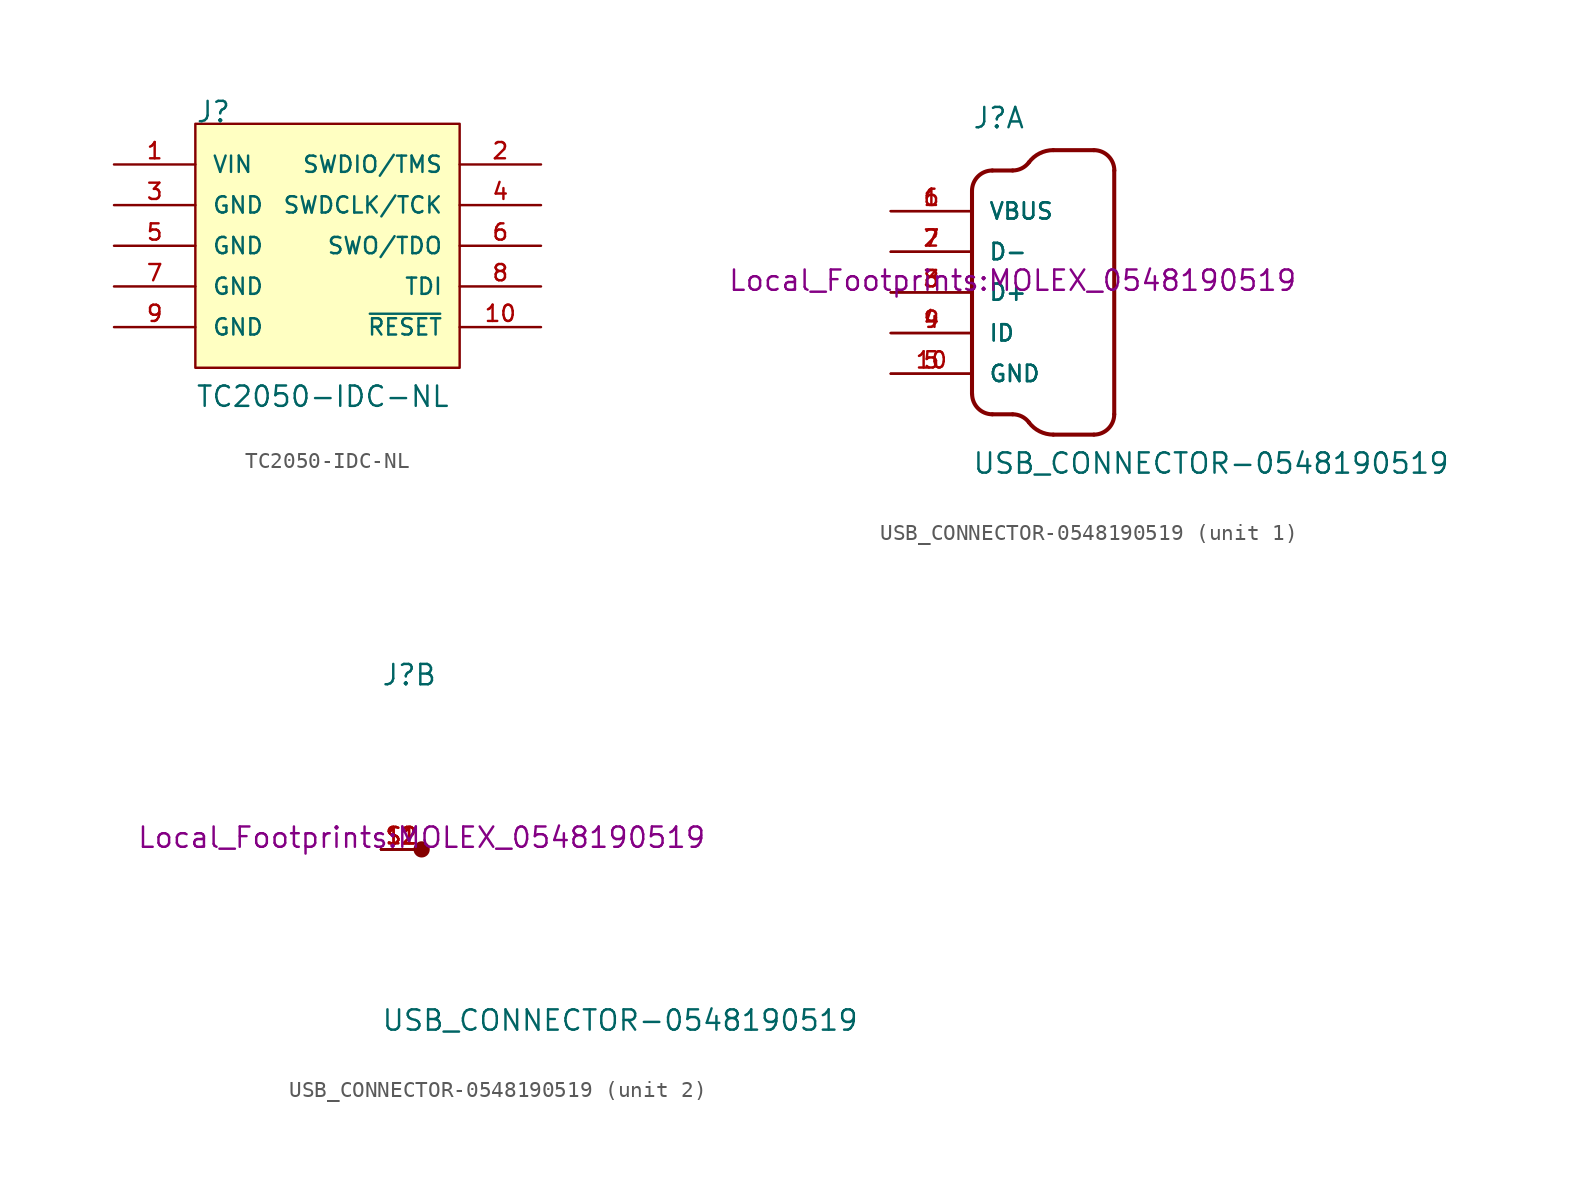
<source format=kicad_sym>
(kicad_symbol_lib
  (version 20231120)
  (generator "kicad_symbol_editor")
  (generator_version "8.0")
  (symbol "TC2050-IDC-NL"
    (pin_names
      (offset 1.016))
    (property "Reference" "J"
      (at -8.89 7.62 0)
      (effects (font (size 1.27 1.27)) (justify left bottom)))
    (property "Value" "TC2050-IDC-NL"
      (at -8.89 -10.16 0)
      (effects (font (size 1.27 1.27)) (justify left bottom)))
    (symbol "TC2050-IDC-NL_0_0"
      (rectangle (start -8.89 7.62) (end 7.62 -7.62) (stroke (width 0.152) (type solid)) (fill (type background))))
    (symbol "TC2050-IDC-NL_1_0"
      (pin power_in line (at -13.97 5.08 0) (length 5.08) (name "VIN" (effects (font (size 1.016 1.016)))) (number "1" (effects (font (size 1.016 1.016)))))
      (pin output line (at 12.7 -5.08 180) (length 5.08) (name "~{RESET}" (effects (font (size 1.016 1.016)))) (number "10" (effects (font (size 1.016 1.016)))))
      (pin output line (at 12.7 5.08 180) (length 5.08) (name "SWDIO/TMS" (effects (font (size 1.016 1.016)))) (number "2" (effects (font (size 1.016 1.016)))))
      (pin power_in line (at -13.97 2.54 0) (length 5.08) (name "GND" (effects (font (size 1.016 1.016)))) (number "3" (effects (font (size 1.016 1.016)))))
      (pin output line (at 12.7 2.54 180) (length 5.08) (name "SWDCLK/TCK" (effects (font (size 1.016 1.016)))) (number "4" (effects (font (size 1.016 1.016)))))
      (pin power_in line (at -13.97 0 0) (length 5.08) (name "GND" (effects (font (size 1.016 1.016)))) (number "5" (effects (font (size 1.016 1.016)))))
      (pin output line (at 12.7 0 180) (length 5.08) (name "SWO/TDO" (effects (font (size 1.016 1.016)))) (number "6" (effects (font (size 1.016 1.016)))))
      (pin power_in line (at -13.97 -2.54 0) (length 5.08) (name "GND" (effects (font (size 1.016 1.016)))) (number "7" (effects (font (size 1.016 1.016)))))
      (pin input line (at 12.7 -2.54 180) (length 5.08) (name "TDI" (effects (font (size 1.016 1.016)))) (number "8" (effects (font (size 1.016 1.016)))))
      (pin power_in line (at -13.97 -5.08 0) (length 5.08) (name "GND" (effects (font (size 1.016 1.016)))) (number "9" (effects (font (size 1.016 1.016)))))))
  (symbol "USB_CONNECTOR-0548190519"
    (pin_names
      (offset 1.016))
    (property "Reference" "J"
      (at -2.54 10.16 0)
      (effects (font (size 1.27 1.27)) (justify left bottom)))
    (property "Value" "USB_CONNECTOR-0548190519"
      (at -2.54 -11.43 0)
      (effects (font (size 1.27 1.27)) (justify left bottom)))
    (property "Footprint" "Local_Footprints:MOLEX_0548190519"
      (at 0 0 0)
      (effects (font (size 1.27 1.27)) (justify bottom)))
    (symbol "USB_CONNECTOR-0548190519_1_0"
      (arc (start -2.54 -6.35) (mid -2.168 -7.248) (end -1.27 -7.62) (stroke (width 0.254) (type default)) (fill (type none)))
      (arc (start -1.27 7.62) (mid -2.168 7.248) (end -2.54 6.35) (stroke (width 0.254) (type default)) (fill (type none)))
      (polyline (pts (xy -2.54 6.35) (xy -2.54 -6.35)) (stroke (width 0.254) (type default)) (fill (type none)))
      (polyline (pts (xy -1.27 -7.62) (xy 0 -7.62)) (stroke (width 0.254) (type default)) (fill (type none)))
      (polyline (pts (xy -1.27 7.62) (xy 0 7.62)) (stroke (width 0.254) (type default)) (fill (type none)))
      (polyline (pts (xy 2.54 -8.89) (xy 5.08 -8.89)) (stroke (width 0.254) (type default)) (fill (type none)))
      (polyline (pts (xy 2.54 8.89) (xy 5.08 8.89)) (stroke (width 0.254) (type default)) (fill (type none)))
      (polyline (pts (xy 6.35 -7.62) (xy 6.35 7.62)) (stroke (width 0.254) (type default)) (fill (type none)))
      (arc (start 0 7.62) (mid 0.568 7.754) (end 1.016 8.128) (stroke (width 0.254) (type default)) (fill (type none)))
      (arc (start 1.016 -8.128) (mid 0.5667 -7.7534) (end 0 -7.62) (stroke (width 0.254) (type default)) (fill (type none)))
      (arc (start 1.016 -8.128) (mid 1.6881 -8.6889) (end 2.54 -8.89) (stroke (width 0.254) (type default)) (fill (type none)))
      (arc (start 2.54 8.89) (mid 1.6861 8.6879) (end 1.016 8.128) (stroke (width 0.254) (type default)) (fill (type none)))
      (arc (start 5.08 -8.89) (mid 5.978 -8.518) (end 6.35 -7.62) (stroke (width 0.254) (type default)) (fill (type none)))
      (arc (start 6.35 7.62) (mid 5.978 8.518) (end 5.08 8.89) (stroke (width 0.254) (type default)) (fill (type none)))
      (pin power_in line (at -7.62 5.08 0) (length 5.08) (name "VBUS" (effects (font (size 1.016 1.016)))) (number "1" (effects (font (size 1.016 1.016)))))
      (pin power_in line (at -7.62 -5.08 0) (length 5.08) (name "GND" (effects (font (size 1.016 1.016)))) (number "10" (effects (font (size 1.016 1.016)))))
      (pin bidirectional line (at -7.62 2.54 0) (length 5.08) (name "D-" (effects (font (size 1.016 1.016)))) (number "2" (effects (font (size 1.016 1.016)))))
      (pin bidirectional line (at -7.62 0 0) (length 5.08) (name "D+" (effects (font (size 1.016 1.016)))) (number "3" (effects (font (size 1.016 1.016)))))
      (pin bidirectional line (at -7.62 -2.54 0) (length 5.08) (name "ID" (effects (font (size 1.016 1.016)))) (number "4" (effects (font (size 1.016 1.016)))))
      (pin power_in line (at -7.62 -5.08 0) (length 5.08) (name "GND" (effects (font (size 1.016 1.016)))) (number "5" (effects (font (size 1.016 1.016)))))
      (pin power_in line (at -7.62 5.08 0) (length 5.08) (name "VBUS" (effects (font (size 1.016 1.016)))) (number "6" (effects (font (size 1.016 1.016)))))
      (pin bidirectional line (at -7.62 2.54 0) (length 5.08) (name "D-" (effects (font (size 1.016 1.016)))) (number "7" (effects (font (size 1.016 1.016)))))
      (pin bidirectional line (at -7.62 0 0) (length 5.08) (name "D+" (effects (font (size 1.016 1.016)))) (number "8" (effects (font (size 1.016 1.016)))))
      (pin bidirectional line (at -7.62 -2.54 0) (length 5.08) (name "ID" (effects (font (size 1.016 1.016)))) (number "9" (effects (font (size 1.016 1.016))))))
    (symbol "USB_CONNECTOR-0548190519_2_0"
      (circle (center 0 0) (radius 0.254) (stroke (width 0.508) (type default)) (fill (type none)))
      (pin passive line (at -2.54 0 0) (length 2.54) (name "~" (effects (font (size 1.016 1.016)))) (number "11" (effects (font (size 1.016 1.016)))))
      (pin passive line (at -2.54 0 0) (length 2.54) (name "~" (effects (font (size 1.016 1.016)))) (number "12" (effects (font (size 1.016 1.016)))))
      (pin passive line (at -2.54 0 0) (length 2.54) (name "~" (effects (font (size 1.016 1.016)))) (number "S1" (effects (font (size 1.016 1.016)))))
      (pin passive line (at -2.54 0 0) (length 2.54) (name "~" (effects (font (size 1.016 1.016)))) (number "S2" (effects (font (size 1.016 1.016))))))))
</source>
